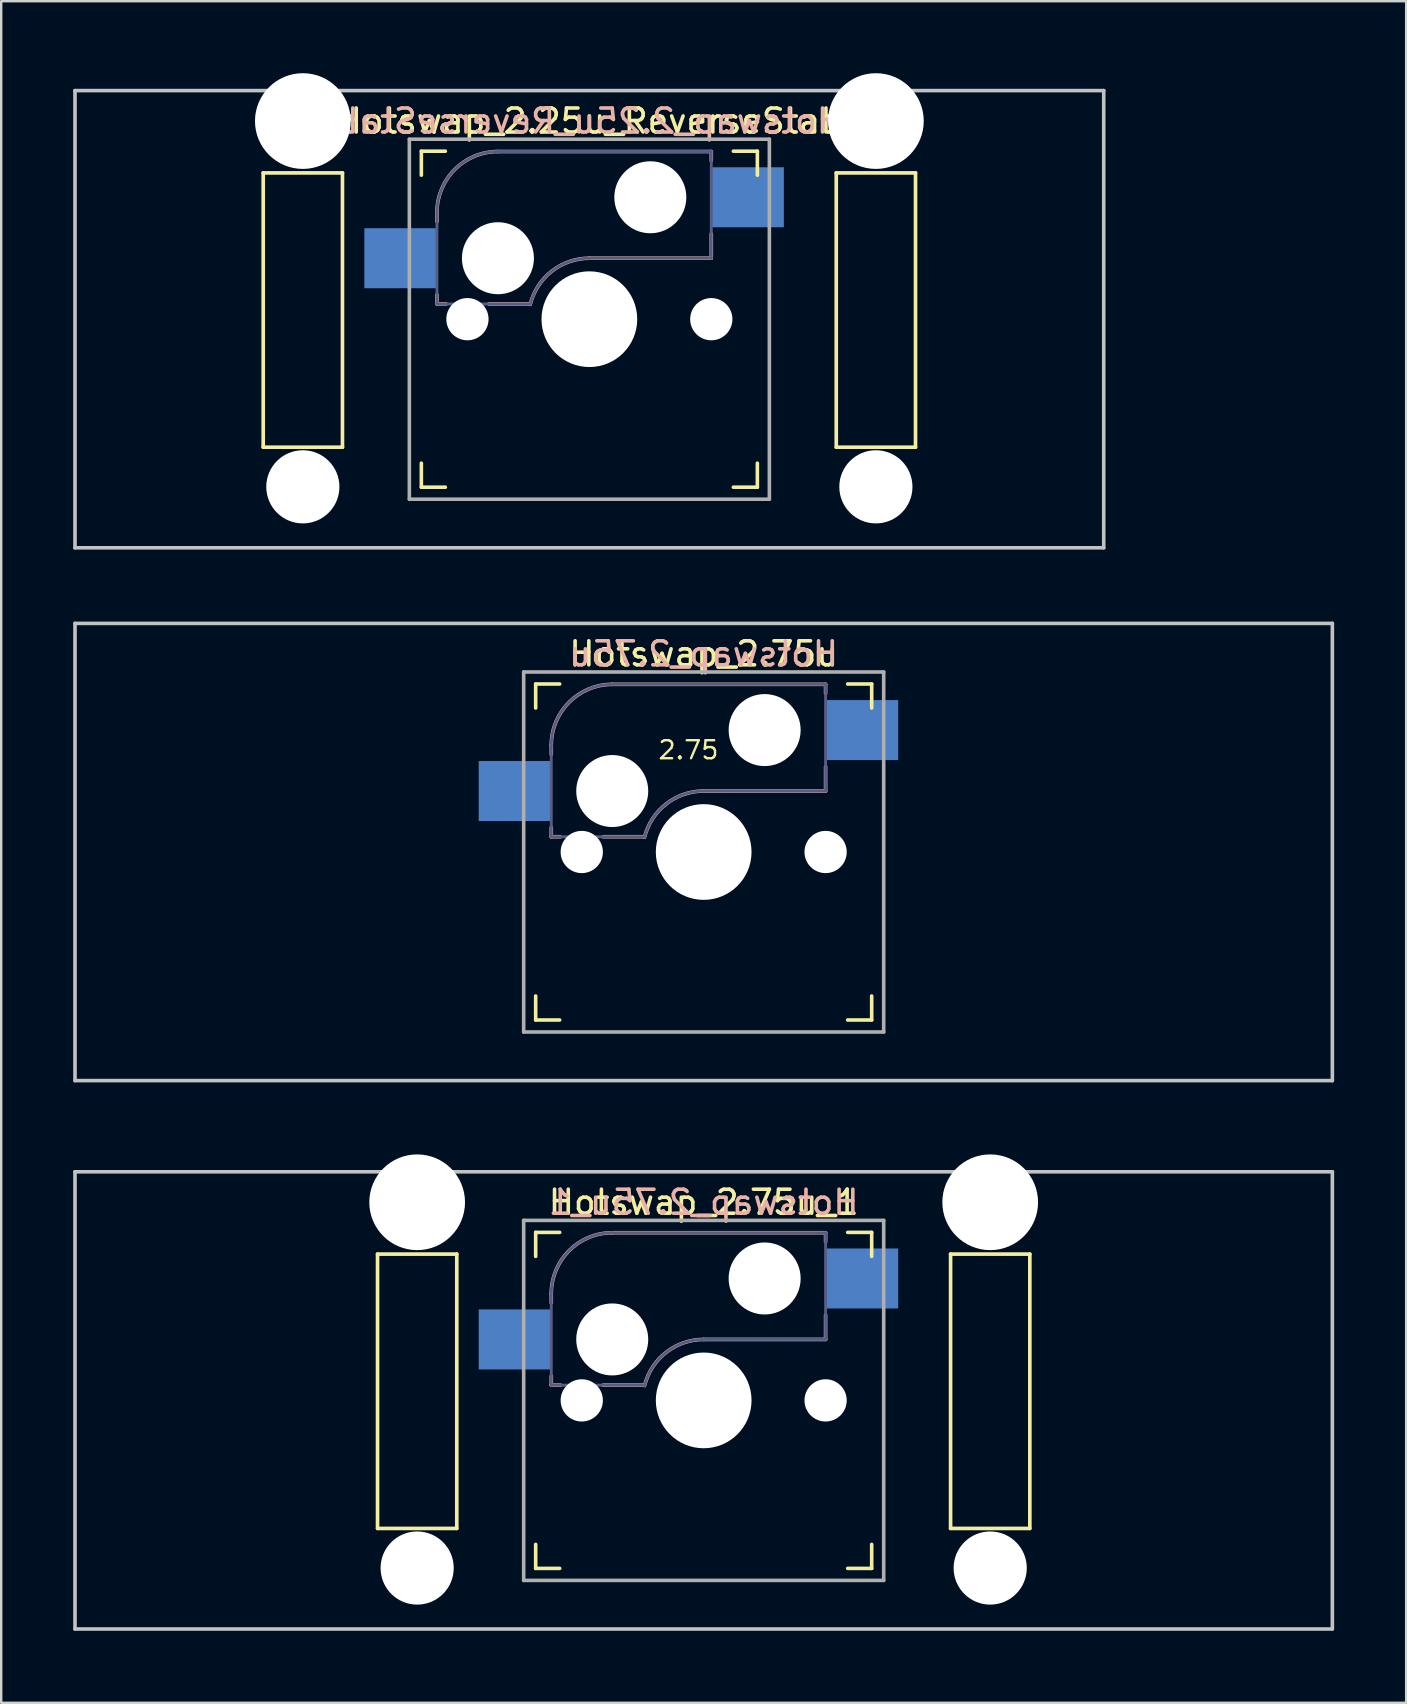
<source format=kicad_pcb>
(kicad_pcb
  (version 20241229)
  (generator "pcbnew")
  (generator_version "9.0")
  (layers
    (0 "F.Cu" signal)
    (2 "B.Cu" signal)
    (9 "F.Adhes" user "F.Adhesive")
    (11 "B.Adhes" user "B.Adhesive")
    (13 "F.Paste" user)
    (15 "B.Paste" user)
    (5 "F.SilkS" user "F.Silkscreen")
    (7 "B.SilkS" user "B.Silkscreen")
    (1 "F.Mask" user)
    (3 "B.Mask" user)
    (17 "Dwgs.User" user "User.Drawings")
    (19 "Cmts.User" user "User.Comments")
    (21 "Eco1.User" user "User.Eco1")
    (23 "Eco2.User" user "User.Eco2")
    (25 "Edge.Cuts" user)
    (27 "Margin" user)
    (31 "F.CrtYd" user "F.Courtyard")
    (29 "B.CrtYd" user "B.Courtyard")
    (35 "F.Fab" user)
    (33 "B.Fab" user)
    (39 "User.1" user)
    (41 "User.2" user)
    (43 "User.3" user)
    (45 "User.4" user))
  (footprint "Hotswap_2.75u"
    (layer "F.Cu")
    (at 26.269 32.449)
    (property "Reference" "Hotswap_2.75u" (at 0 -8.255 0) (layer "F.SilkS") (effects (font (size 1 1) (thickness 0.15))))
    (attr through_hole)
    (fp_line (start -7 -6) (end -7 -7) (stroke (width 0.15) (type solid)) (layer "F.SilkS"))
    (fp_line (start -7 7) (end -7 6) (stroke (width 0.15) (type solid)) (layer "F.SilkS"))
    (fp_line (start -7 7) (end -6 7) (stroke (width 0.15) (type solid)) (layer "F.SilkS"))
    (fp_line (start -6 -7) (end -7 -7) (stroke (width 0.15) (type solid)) (layer "F.SilkS"))
    (fp_line (start 6 7) (end 7 7) (stroke (width 0.15) (type solid)) (layer "F.SilkS"))
    (fp_line (start 7 -7) (end 6 -7) (stroke (width 0.15) (type solid)) (layer "F.SilkS"))
    (fp_line (start 7 -7) (end 7 -6) (stroke (width 0.15) (type solid)) (layer "F.SilkS"))
    (fp_line (start 7 6) (end 7 7) (stroke (width 0.15) (type solid)) (layer "F.SilkS"))
    (fp_line (start -6.35 -4.445) (end -6.35 -4.064) (stroke (width 0.15) (type solid)) (layer "B.SilkS"))
    (fp_line (start -6.35 -1.016) (end -6.35 -0.635) (stroke (width 0.15) (type solid)) (layer "B.SilkS"))
    (fp_line (start -6.35 -0.635) (end -5.969 -0.635) (stroke (width 0.15) (type solid)) (layer "B.SilkS"))
    (fp_line (start -4.191 -0.635) (end -2.54 -0.635) (stroke (width 0.15) (type solid)) (layer "B.SilkS"))
    (fp_line (start 0 -2.54) (end 5.08 -2.54) (stroke (width 0.15) (type solid)) (layer "B.SilkS"))
    (fp_line (start 5.08 -6.985) (end -3.81 -6.985) (stroke (width 0.15) (type solid)) (layer "B.SilkS"))
    (fp_line (start 5.08 -6.604) (end 5.08 -6.985) (stroke (width 0.15) (type solid)) (layer "B.SilkS"))
    (fp_line (start 5.08 -2.54) (end 5.08 -3.556) (stroke (width 0.15) (type solid)) (layer "B.SilkS"))
    (fp_arc (start -6.35 -4.445) (mid -5.606051 -6.241051) (end -3.81 -6.985) (stroke (width 0.15) (type solid)) (layer "B.SilkS"))
    (fp_arc (start -2.464162 -0.61604) (mid -1.563147 -2.002042) (end 0 -2.54) (stroke (width 0.15) (type solid)) (layer "B.SilkS"))
    (fp_line (start -26.194 -9.525) (end 26.194 -9.525) (stroke (width 0.15) (type solid)) (layer "Dwgs.User"))
    (fp_line (start -26.194 9.525) (end -26.194 -9.525) (stroke (width 0.15) (type solid)) (layer "Dwgs.User"))
    (fp_line (start -26.194 9.525) (end 26.194 9.525) (stroke (width 0.15) (type solid)) (layer "Dwgs.User"))
    (fp_line (start 26.194 -9.525) (end 26.194 9.525) (stroke (width 0.15) (type solid)) (layer "Dwgs.User"))
    (fp_line (start -6.9 6.9) (end -6.9 -6.9) (stroke (width 0.15) (type solid)) (layer "Eco2.User"))
    (fp_line (start -6.9 6.9) (end 6.9 6.9) (stroke (width 0.15) (type solid)) (layer "Eco2.User"))
    (fp_line (start 6.9 -6.9) (end -6.9 -6.9) (stroke (width 0.15) (type solid)) (layer "Eco2.User"))
    (fp_line (start 6.9 -6.9) (end 6.9 6.9) (stroke (width 0.15) (type solid)) (layer "Eco2.User"))
    (fp_line (start -6.35 -4.445) (end -6.35 -0.635) (stroke (width 0.12) (type solid)) (layer "B.Fab"))
    (fp_line (start -6.35 -0.635) (end -2.54 -0.635) (stroke (width 0.12) (type solid)) (layer "B.Fab"))
    (fp_line (start 0 -2.54) (end 5.08 -2.54) (stroke (width 0.12) (type solid)) (layer "B.Fab"))
    (fp_line (start 5.08 -6.985) (end -3.81 -6.985) (stroke (width 0.12) (type solid)) (layer "B.Fab"))
    (fp_line (start 5.08 -2.54) (end 5.08 -6.985) (stroke (width 0.12) (type solid)) (layer "B.Fab"))
    (fp_arc (start -6.35 -4.445) (mid -5.606051 -6.241051) (end -3.81 -6.985) (stroke (width 0.12) (type solid)) (layer "B.Fab"))
    (fp_arc (start -2.464162 -0.61604) (mid -1.563147 -2.002042) (end 0 -2.54) (stroke (width 0.12) (type solid)) (layer "B.Fab"))
    (fp_line (start -7.5 -7.5) (end 7.5 -7.5) (stroke (width 0.15) (type solid)) (layer "F.Fab"))
    (fp_line (start -7.5 7.5) (end -7.5 -7.5) (stroke (width 0.15) (type solid)) (layer "F.Fab"))
    (fp_line (start 7.5 -7.5) (end 7.5 7.5) (stroke (width 0.15) (type solid)) (layer "F.Fab"))
    (fp_line (start 7.5 7.5) (end -7.5 7.5) (stroke (width 0.15) (type solid)) (layer "F.Fab"))
    (fp_text user "2.75" (at -0.635 -3.81 0) (unlocked yes) (layer "F.SilkS") (effects (font (size 0.75 0.75) (thickness 0.1)) (justify bottom)))
    (fp_text user "${REFERENCE}" (at 0 -8.255 0) (layer "B.SilkS") (effects (font (size 1 1) (thickness 0.15)) (justify mirror)))
    (pad "" np_thru_hole circle (at -5.08 0 180) (size 1.76 1.76) (drill 1.76) (layers "*.Cu" "*.Mask"))
    (pad "" np_thru_hole circle (at -3.81 -2.54 180) (size 3 3) (drill 3) (layers "*.Cu" "*.Mask"))
    (pad "" np_thru_hole circle (at 0 0 180) (size 3.988 3.988) (drill 3.988) (layers "*.Cu" "*.Mask"))
    (pad "" np_thru_hole circle (at 2.54 -5.08 180) (size 3 3) (drill 3) (layers "*.Cu" "*.Mask"))
    (pad "" np_thru_hole circle (at 5.08 0 180) (size 1.76 1.76) (drill 1.76) (layers "*.Cu" "*.Mask"))
    (pad "1" smd rect (at -7.874 -2.54 180) (size 3 2.5) (layers "B.Cu" "B.Mask" "B.Paste"))
    (pad "2" smd rect (at 6.604 -5.08 180) (size 3 2.5) (layers "B.Cu" "B.Mask" "B.Paste")))
  (footprint "Hotswap_2.25u_ReverseStab"
    (layer "F.Cu")
    (at 21.506 10.249)
    (property "Reference" "Hotswap_2.25u_ReverseStab" (at 0 -8.255 0) (layer "F.SilkS") (effects (font (size 1 1) (thickness 0.15))))
    (attr through_hole)
    (fp_line (start -13.589 -6.096) (end -13.589 5.334) (stroke (width 0.152) (type solid)) (layer "F.SilkS"))
    (fp_line (start -13.589 5.334) (end -10.287 5.334) (stroke (width 0.152) (type solid)) (layer "F.SilkS"))
    (fp_line (start -10.287 -6.096) (end -13.589 -6.096) (stroke (width 0.152) (type solid)) (layer "F.SilkS"))
    (fp_line (start -10.287 5.334) (end -10.287 -6.096) (stroke (width 0.152) (type solid)) (layer "F.SilkS"))
    (fp_line (start -7 -6) (end -7 -7) (stroke (width 0.15) (type solid)) (layer "F.SilkS"))
    (fp_line (start -7 7) (end -7 6) (stroke (width 0.15) (type solid)) (layer "F.SilkS"))
    (fp_line (start -7 7) (end -6 7) (stroke (width 0.15) (type solid)) (layer "F.SilkS"))
    (fp_line (start -6 -7) (end -7 -7) (stroke (width 0.15) (type solid)) (layer "F.SilkS"))
    (fp_line (start 6 7) (end 7 7) (stroke (width 0.15) (type solid)) (layer "F.SilkS"))
    (fp_line (start 7 -7) (end 6 -7) (stroke (width 0.15) (type solid)) (layer "F.SilkS"))
    (fp_line (start 7 -7) (end 7 -6) (stroke (width 0.15) (type solid)) (layer "F.SilkS"))
    (fp_line (start 7 6) (end 7 7) (stroke (width 0.15) (type solid)) (layer "F.SilkS"))
    (fp_line (start 10.287 -6.096) (end 10.287 5.334) (stroke (width 0.152) (type solid)) (layer "F.SilkS"))
    (fp_line (start 10.287 5.334) (end 13.589 5.334) (stroke (width 0.152) (type solid)) (layer "F.SilkS"))
    (fp_line (start 13.589 -6.096) (end 10.287 -6.096) (stroke (width 0.152) (type solid)) (layer "F.SilkS"))
    (fp_line (start 13.589 5.334) (end 13.589 -6.096) (stroke (width 0.152) (type solid)) (layer "F.SilkS"))
    (fp_line (start -6.35 -4.445) (end -6.35 -4.064) (stroke (width 0.15) (type solid)) (layer "B.SilkS"))
    (fp_line (start -6.35 -1.016) (end -6.35 -0.635) (stroke (width 0.15) (type solid)) (layer "B.SilkS"))
    (fp_line (start -6.35 -0.635) (end -5.969 -0.635) (stroke (width 0.15) (type solid)) (layer "B.SilkS"))
    (fp_line (start -4.191 -0.635) (end -2.54 -0.635) (stroke (width 0.15) (type solid)) (layer "B.SilkS"))
    (fp_line (start 0 -2.54) (end 5.08 -2.54) (stroke (width 0.15) (type solid)) (layer "B.SilkS"))
    (fp_line (start 5.08 -6.985) (end -3.81 -6.985) (stroke (width 0.15) (type solid)) (layer "B.SilkS"))
    (fp_line (start 5.08 -6.604) (end 5.08 -6.985) (stroke (width 0.15) (type solid)) (layer "B.SilkS"))
    (fp_line (start 5.08 -2.54) (end 5.08 -3.556) (stroke (width 0.15) (type solid)) (layer "B.SilkS"))
    (fp_arc (start -6.35 -4.445) (mid -5.606051 -6.241051) (end -3.81 -6.985) (stroke (width 0.15) (type solid)) (layer "B.SilkS"))
    (fp_arc (start -2.464162 -0.61604) (mid -1.563147 -2.002042) (end 0 -2.54) (stroke (width 0.15) (type solid)) (layer "B.SilkS"))
    (fp_line (start -21.431 -9.525) (end 21.431 -9.525) (stroke (width 0.15) (type solid)) (layer "Dwgs.User"))
    (fp_line (start -21.431 9.525) (end -21.431 -9.525) (stroke (width 0.15) (type solid)) (layer "Dwgs.User"))
    (fp_line (start 21.431 -9.525) (end 21.431 9.525) (stroke (width 0.15) (type solid)) (layer "Dwgs.User"))
    (fp_line (start 21.431 9.525) (end -21.431 9.525) (stroke (width 0.15) (type solid)) (layer "Dwgs.User"))
    (fp_line (start -6.9 6.9) (end -6.9 -6.9) (stroke (width 0.15) (type solid)) (layer "Eco2.User"))
    (fp_line (start -6.9 6.9) (end 6.9 6.9) (stroke (width 0.15) (type solid)) (layer "Eco2.User"))
    (fp_line (start 6.9 -6.9) (end -6.9 -6.9) (stroke (width 0.15) (type solid)) (layer "Eco2.User"))
    (fp_line (start 6.9 -6.9) (end 6.9 6.9) (stroke (width 0.15) (type solid)) (layer "Eco2.User"))
    (fp_line (start -6.35 -4.445) (end -6.35 -0.635) (stroke (width 0.12) (type solid)) (layer "B.Fab"))
    (fp_line (start -6.35 -0.635) (end -2.54 -0.635) (stroke (width 0.12) (type solid)) (layer "B.Fab"))
    (fp_line (start 0 -2.54) (end 5.08 -2.54) (stroke (width 0.12) (type solid)) (layer "B.Fab"))
    (fp_line (start 5.08 -6.985) (end -3.81 -6.985) (stroke (width 0.12) (type solid)) (layer "B.Fab"))
    (fp_line (start 5.08 -2.54) (end 5.08 -6.985) (stroke (width 0.12) (type solid)) (layer "B.Fab"))
    (fp_arc (start -6.35 -4.445) (mid -5.606051 -6.241051) (end -3.81 -6.985) (stroke (width 0.12) (type solid)) (layer "B.Fab"))
    (fp_arc (start -2.464162 -0.61604) (mid -1.563147 -2.002042) (end 0 -2.54) (stroke (width 0.12) (type solid)) (layer "B.Fab"))
    (fp_line (start -7.5 -7.5) (end 7.5 -7.5) (stroke (width 0.15) (type solid)) (layer "F.Fab"))
    (fp_line (start -7.5 7.5) (end -7.5 -7.5) (stroke (width 0.15) (type solid)) (layer "F.Fab"))
    (fp_line (start 7.5 -7.5) (end 7.5 7.5) (stroke (width 0.15) (type solid)) (layer "F.Fab"))
    (fp_line (start 7.5 7.5) (end -7.5 7.5) (stroke (width 0.15) (type solid)) (layer "F.Fab"))
    (fp_text user "${REFERENCE}" (at 0 -8.255 0) (layer "B.SilkS") (effects (font (size 1 1) (thickness 0.15)) (justify mirror)))
    (pad "" np_thru_hole circle (at -11.938 -8.255 180) (size 3.988 3.988) (drill 3.988) (layers "*.Cu" "*.Mask"))
    (pad "" np_thru_hole circle (at -11.938 6.985 180) (size 3.048 3.048) (drill 3.048) (layers "*.Cu" "*.Mask"))
    (pad "" np_thru_hole circle (at -5.08 0 180) (size 1.76 1.76) (drill 1.76) (layers "*.Cu" "*.Mask"))
    (pad "" np_thru_hole circle (at -3.81 -2.54 180) (size 3 3) (drill 3) (layers "*.Cu" "*.Mask"))
    (pad "" np_thru_hole circle (at 0 0 180) (size 3.988 3.988) (drill 3.988) (layers "*.Cu" "*.Mask"))
    (pad "" np_thru_hole circle (at 2.54 -5.08 180) (size 3 3) (drill 3) (layers "*.Cu" "*.Mask"))
    (pad "" np_thru_hole circle (at 5.08 0 180) (size 1.76 1.76) (drill 1.76) (layers "*.Cu" "*.Mask"))
    (pad "" np_thru_hole circle (at 11.938 -8.255 180) (size 3.988 3.988) (drill 3.988) (layers "*.Cu" "*.Mask"))
    (pad "" np_thru_hole circle (at 11.938 6.985 180) (size 3.048 3.048) (drill 3.048) (layers "*.Cu" "*.Mask"))
    (pad "1" smd rect (at -7.874 -2.54 180) (size 3 2.5) (layers "B.Cu" "B.Mask" "B.Paste"))
    (pad "2" smd rect (at 6.604 -5.08 180) (size 3 2.5) (layers "B.Cu" "B.Mask" "B.Paste")))
  (footprint "Hotswap_2.75u_1"
    (layer "F.Cu")
    (at 26.269 55.298)
    (property "Reference" "Hotswap_2.75u_1" (at 0 -8.255 0) (layer "F.SilkS") (effects (font (size 1 1) (thickness 0.15))))
    (attr through_hole)
    (fp_line (start -13.589 -6.096) (end -13.589 5.334) (stroke (width 0.152) (type solid)) (layer "F.SilkS"))
    (fp_line (start -13.589 5.334) (end -10.287 5.334) (stroke (width 0.152) (type solid)) (layer "F.SilkS"))
    (fp_line (start -10.287 -6.096) (end -13.589 -6.096) (stroke (width 0.152) (type solid)) (layer "F.SilkS"))
    (fp_line (start -10.287 5.334) (end -10.287 -6.096) (stroke (width 0.152) (type solid)) (layer "F.SilkS"))
    (fp_line (start -7 -6) (end -7 -7) (stroke (width 0.15) (type solid)) (layer "F.SilkS"))
    (fp_line (start -7 7) (end -7 6) (stroke (width 0.15) (type solid)) (layer "F.SilkS"))
    (fp_line (start -7 7) (end -6 7) (stroke (width 0.15) (type solid)) (layer "F.SilkS"))
    (fp_line (start -6 -7) (end -7 -7) (stroke (width 0.15) (type solid)) (layer "F.SilkS"))
    (fp_line (start 6 7) (end 7 7) (stroke (width 0.15) (type solid)) (layer "F.SilkS"))
    (fp_line (start 7 -7) (end 6 -7) (stroke (width 0.15) (type solid)) (layer "F.SilkS"))
    (fp_line (start 7 -7) (end 7 -6) (stroke (width 0.15) (type solid)) (layer "F.SilkS"))
    (fp_line (start 7 6) (end 7 7) (stroke (width 0.15) (type solid)) (layer "F.SilkS"))
    (fp_line (start 10.287 -6.096) (end 10.287 5.334) (stroke (width 0.152) (type solid)) (layer "F.SilkS"))
    (fp_line (start 10.287 5.334) (end 13.589 5.334) (stroke (width 0.152) (type solid)) (layer "F.SilkS"))
    (fp_line (start 13.589 -6.096) (end 10.287 -6.096) (stroke (width 0.152) (type solid)) (layer "F.SilkS"))
    (fp_line (start 13.589 5.334) (end 13.589 -6.096) (stroke (width 0.152) (type solid)) (layer "F.SilkS"))
    (fp_line (start -6.35 -4.445) (end -6.35 -4.064) (stroke (width 0.15) (type solid)) (layer "B.SilkS"))
    (fp_line (start -6.35 -1.016) (end -6.35 -0.635) (stroke (width 0.15) (type solid)) (layer "B.SilkS"))
    (fp_line (start -6.35 -0.635) (end -5.969 -0.635) (stroke (width 0.15) (type solid)) (layer "B.SilkS"))
    (fp_line (start -4.191 -0.635) (end -2.54 -0.635) (stroke (width 0.15) (type solid)) (layer "B.SilkS"))
    (fp_line (start 0 -2.54) (end 5.08 -2.54) (stroke (width 0.15) (type solid)) (layer "B.SilkS"))
    (fp_line (start 5.08 -6.985) (end -3.81 -6.985) (stroke (width 0.15) (type solid)) (layer "B.SilkS"))
    (fp_line (start 5.08 -6.604) (end 5.08 -6.985) (stroke (width 0.15) (type solid)) (layer "B.SilkS"))
    (fp_line (start 5.08 -2.54) (end 5.08 -3.556) (stroke (width 0.15) (type solid)) (layer "B.SilkS"))
    (fp_arc (start -6.35 -4.445) (mid -5.606051 -6.241051) (end -3.81 -6.985) (stroke (width 0.15) (type solid)) (layer "B.SilkS"))
    (fp_arc (start -2.464162 -0.61604) (mid -1.563147 -2.002042) (end 0 -2.54) (stroke (width 0.15) (type solid)) (layer "B.SilkS"))
    (fp_line (start -26.194 -9.525) (end 26.194 -9.525) (stroke (width 0.15) (type solid)) (layer "Dwgs.User"))
    (fp_line (start -26.194 9.525) (end -26.194 -9.525) (stroke (width 0.15) (type solid)) (layer "Dwgs.User"))
    (fp_line (start 26.194 -9.525) (end 26.194 9.525) (stroke (width 0.15) (type solid)) (layer "Dwgs.User"))
    (fp_line (start 26.194 9.525) (end -26.194 9.525) (stroke (width 0.15) (type solid)) (layer "Dwgs.User"))
    (fp_line (start -6.9 6.9) (end -6.9 -6.9) (stroke (width 0.15) (type solid)) (layer "Eco2.User"))
    (fp_line (start -6.9 6.9) (end 6.9 6.9) (stroke (width 0.15) (type solid)) (layer "Eco2.User"))
    (fp_line (start 6.9 -6.9) (end -6.9 -6.9) (stroke (width 0.15) (type solid)) (layer "Eco2.User"))
    (fp_line (start 6.9 -6.9) (end 6.9 6.9) (stroke (width 0.15) (type solid)) (layer "Eco2.User"))
    (fp_line (start -6.35 -4.445) (end -6.35 -0.635) (stroke (width 0.12) (type solid)) (layer "B.Fab"))
    (fp_line (start -6.35 -0.635) (end -2.54 -0.635) (stroke (width 0.12) (type solid)) (layer "B.Fab"))
    (fp_line (start 0 -2.54) (end 5.08 -2.54) (stroke (width 0.12) (type solid)) (layer "B.Fab"))
    (fp_line (start 5.08 -6.985) (end -3.81 -6.985) (stroke (width 0.12) (type solid)) (layer "B.Fab"))
    (fp_line (start 5.08 -2.54) (end 5.08 -6.985) (stroke (width 0.12) (type solid)) (layer "B.Fab"))
    (fp_arc (start -6.35 -4.445) (mid -5.606051 -6.241051) (end -3.81 -6.985) (stroke (width 0.12) (type solid)) (layer "B.Fab"))
    (fp_arc (start -2.464162 -0.61604) (mid -1.563147 -2.002042) (end 0 -2.54) (stroke (width 0.12) (type solid)) (layer "B.Fab"))
    (fp_line (start -7.5 -7.5) (end 7.5 -7.5) (stroke (width 0.15) (type solid)) (layer "F.Fab"))
    (fp_line (start -7.5 7.5) (end -7.5 -7.5) (stroke (width 0.15) (type solid)) (layer "F.Fab"))
    (fp_line (start 7.5 -7.5) (end 7.5 7.5) (stroke (width 0.15) (type solid)) (layer "F.Fab"))
    (fp_line (start 7.5 7.5) (end -7.5 7.5) (stroke (width 0.15) (type solid)) (layer "F.Fab"))
    (fp_text user "${REFERENCE}" (at 0 -8.255 0) (layer "B.SilkS") (effects (font (size 1 1) (thickness 0.15)) (justify mirror)))
    (pad "" np_thru_hole circle (at -11.938 -8.255 180) (size 3.988 3.988) (drill 3.988) (layers "*.Cu" "*.Mask"))
    (pad "" np_thru_hole circle (at -11.938 6.985 180) (size 3.048 3.048) (drill 3.048) (layers "*.Cu" "*.Mask"))
    (pad "" np_thru_hole circle (at -5.08 0 180) (size 1.76 1.76) (drill 1.76) (layers "*.Cu" "*.Mask"))
    (pad "" np_thru_hole circle (at -3.81 -2.54 180) (size 3 3) (drill 3) (layers "*.Cu" "*.Mask"))
    (pad "" np_thru_hole circle (at 0 0 180) (size 3.988 3.988) (drill 3.988) (layers "*.Cu" "*.Mask"))
    (pad "" np_thru_hole circle (at 2.54 -5.08 180) (size 3 3) (drill 3) (layers "*.Cu" "*.Mask"))
    (pad "" np_thru_hole circle (at 5.08 0 180) (size 1.76 1.76) (drill 1.76) (layers "*.Cu" "*.Mask"))
    (pad "" np_thru_hole circle (at 11.938 -8.255 180) (size 3.988 3.988) (drill 3.988) (layers "*.Cu" "*.Mask"))
    (pad "" np_thru_hole circle (at 11.938 6.985 180) (size 3.048 3.048) (drill 3.048) (layers "*.Cu" "*.Mask"))
    (pad "1" smd rect (at -7.874 -2.54 180) (size 3 2.5) (layers "B.Cu" "B.Mask" "B.Paste"))
    (pad "2" smd rect (at 6.604 -5.08 180) (size 3 2.5) (layers "B.Cu" "B.Mask" "B.Paste")))
  (gr_rect
    (start -3 -3)
    (end 55.538 67.898)
    (stroke (width 0.1) (type default))
    (fill no)
    (layer "Edge.Cuts")))
</source>
